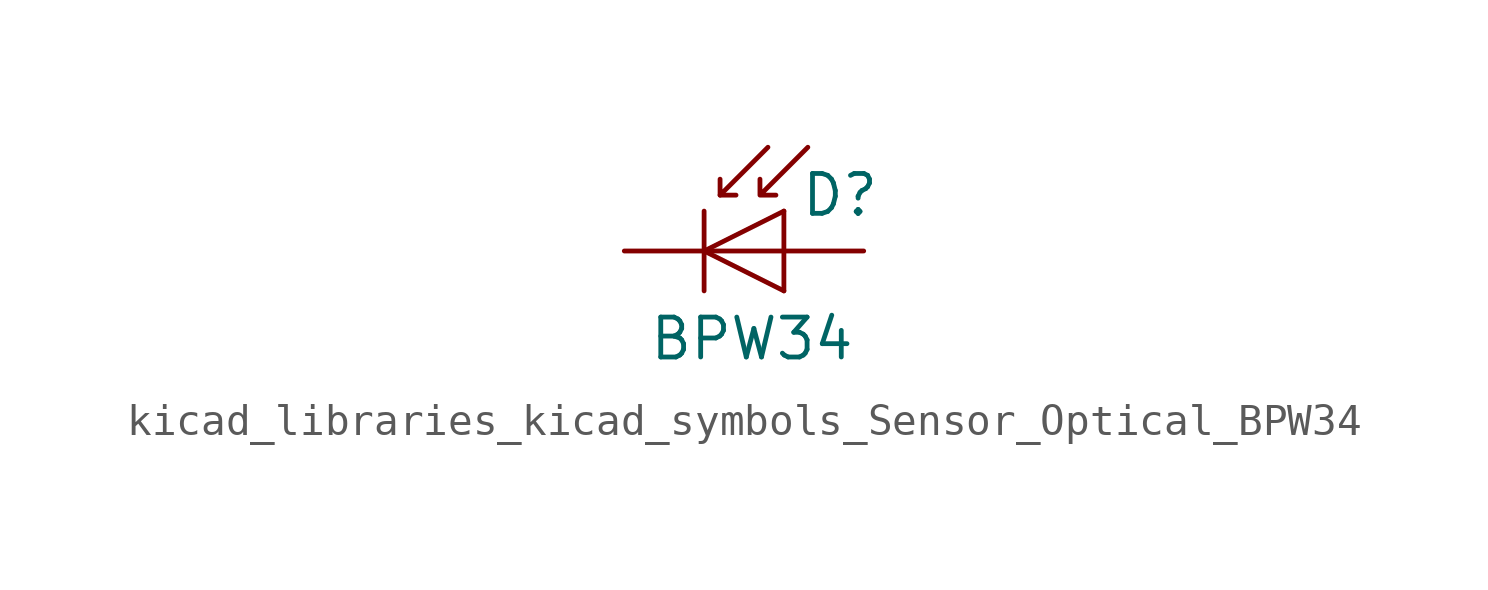
<source format=kicad_sym>
(kicad_symbol_lib
  (version 20220914)
  (generator kicad_symbol_editor)
  (symbol "kicad_libraries_kicad_symbols_Sensor_Optical_BPW34"
    (pin_numbers hide)
    (pin_names
      (offset 1.016) hide)
    (property "Reference" "D"
      (at 0.508 1.778 0)
      (effects (font (size 1.27 1.27)) (justify left)))
    (property "Value" "BPW34"
      (at -1.016 -2.794 0)
      (effects (font (size 1.27 1.27))))
    (symbol "kicad_libraries_kicad_symbols_Sensor_Optical_BPW34_0_1"
      (polyline (pts (xy -2.54 1.27) (xy -2.54 -1.27)) (stroke (width 0.152) (type default)) (fill (type none)))
      (polyline (pts (xy -2.032 1.778) (xy -1.524 1.778)) (stroke (width 0) (type default)) (fill (type none)))
      (polyline (pts (xy 0 -1.27) (xy 0 1.27)) (stroke (width 0) (type default)) (fill (type none)))
      (polyline (pts (xy 0 0) (xy -2.54 0)) (stroke (width 0) (type default)) (fill (type none)))
      (polyline (pts (xy -0.508 3.302) (xy -2.032 1.778) (xy -2.032 2.286)) (stroke (width 0) (type default)) (fill (type none)))
      (polyline (pts (xy 0 1.27) (xy -2.54 0) (xy 0 -1.27)) (stroke (width 0) (type default)) (fill (type none)))
      (polyline (pts (xy 0.762 3.302) (xy -0.762 1.778) (xy -0.762 2.286) (xy -0.762 1.778) (xy -0.254 1.778)) (stroke (width 0) (type default)) (fill (type none))))
    (symbol "kicad_libraries_kicad_symbols_Sensor_Optical_BPW34_1_1"
      (pin passive line (at -5.08 0 0) (length 2.54) (name "K" (effects (font (size 1.27 1.27)))) (number "1" (effects (font (size 1.27 1.27)))))
      (pin passive line (at 2.54 0 180) (length 2.54) (name "A" (effects (font (size 1.27 1.27)))) (number "2" (effects (font (size 1.27 1.27))))))))
</source>
